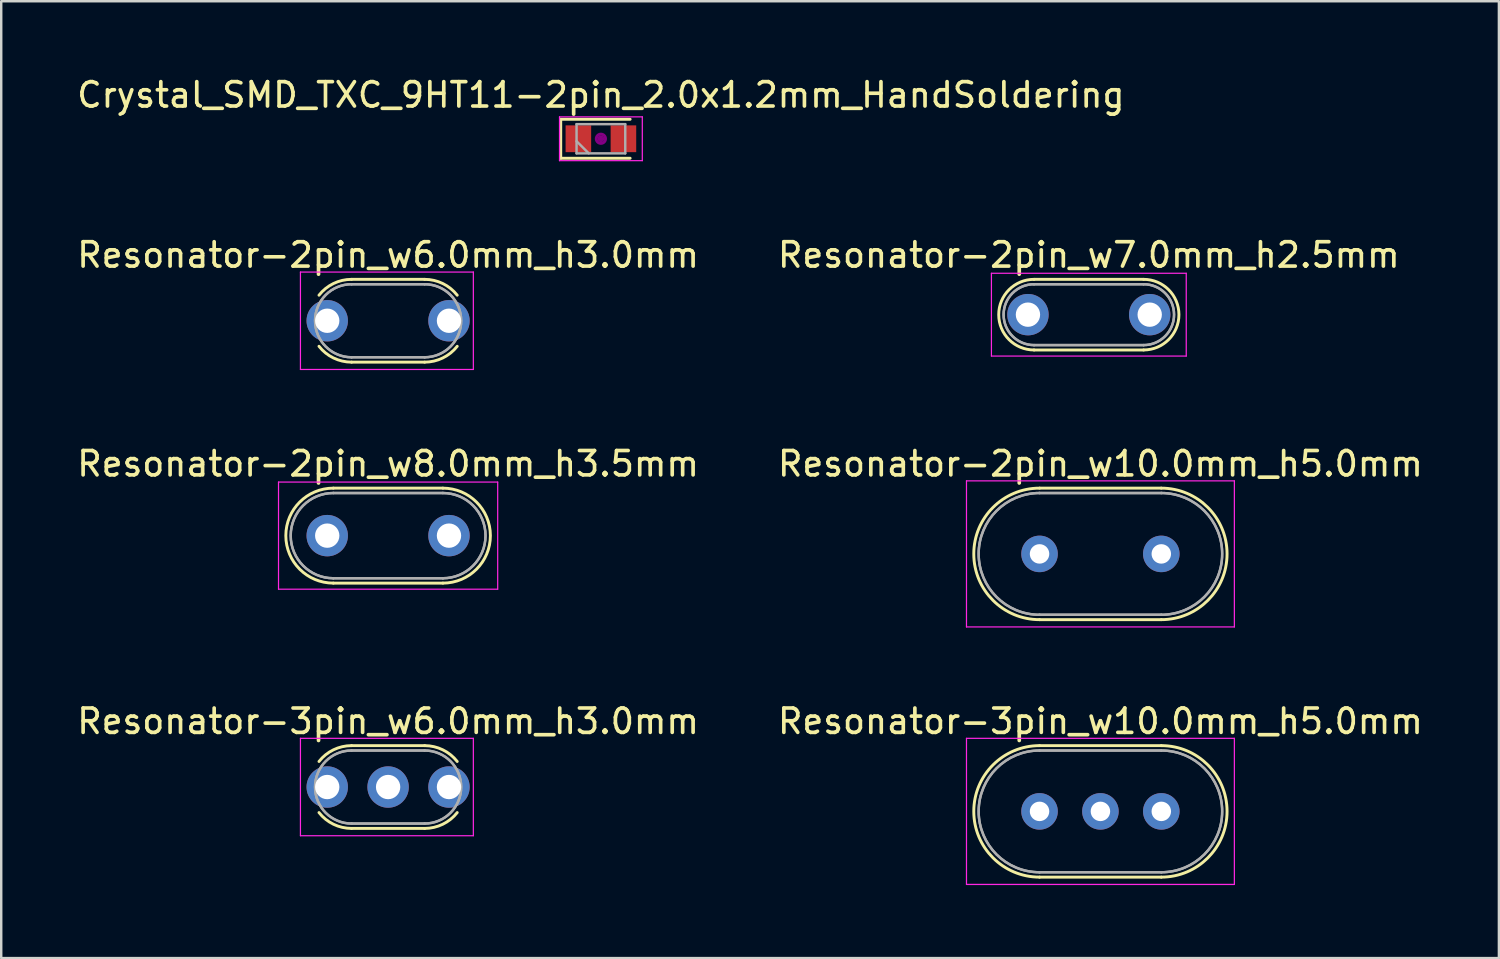
<source format=kicad_pcb>
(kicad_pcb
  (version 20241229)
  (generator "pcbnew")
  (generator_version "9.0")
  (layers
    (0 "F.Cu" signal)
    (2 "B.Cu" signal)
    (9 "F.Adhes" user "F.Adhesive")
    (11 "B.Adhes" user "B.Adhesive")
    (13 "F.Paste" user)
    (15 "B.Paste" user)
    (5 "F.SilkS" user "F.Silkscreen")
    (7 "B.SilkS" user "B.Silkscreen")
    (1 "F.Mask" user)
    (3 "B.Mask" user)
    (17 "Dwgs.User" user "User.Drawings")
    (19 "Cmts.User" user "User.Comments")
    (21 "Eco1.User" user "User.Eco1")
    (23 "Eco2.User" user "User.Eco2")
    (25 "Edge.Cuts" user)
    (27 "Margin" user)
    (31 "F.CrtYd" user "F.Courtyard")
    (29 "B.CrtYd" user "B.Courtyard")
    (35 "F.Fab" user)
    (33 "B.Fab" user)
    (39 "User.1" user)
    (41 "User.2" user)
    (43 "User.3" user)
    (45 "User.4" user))
  (footprint "Resonator-3pin_w10.0mm_h5.0mm"
    (layer "F.Cu")
    (at 39.637 30.268)
    (property "Reference" "Resonator-3pin_w10.0mm_h5.0mm" (at 2.5 -3.7 0) (layer "F.SilkS") (effects (font (size 1 1) (thickness 0.15))))
    (attr through_hole)
    (fp_line (start 0 -2.7) (end 5 -2.7) (stroke (width 0.12) (type solid)) (layer "F.SilkS"))
    (fp_line (start 0 2.7) (end 5 2.7) (stroke (width 0.12) (type solid)) (layer "F.SilkS"))
    (fp_arc (start 0 2.7) (mid -2.7 0) (end 0 -2.7) (stroke (width 0.12) (type solid)) (layer "F.SilkS"))
    (fp_arc (start 5 -2.7) (mid 7.7 0) (end 5 2.7) (stroke (width 0.12) (type solid)) (layer "F.SilkS"))
    (fp_line (start -3 -3) (end -3 3) (stroke (width 0.05) (type solid)) (layer "F.CrtYd"))
    (fp_line (start -3 3) (end 8 3) (stroke (width 0.05) (type solid)) (layer "F.CrtYd"))
    (fp_line (start 8 -3) (end -3 -3) (stroke (width 0.05) (type solid)) (layer "F.CrtYd"))
    (fp_line (start 8 3) (end 8 -3) (stroke (width 0.05) (type solid)) (layer "F.CrtYd"))
    (fp_line (start 0 -2.5) (end 5 -2.5) (stroke (width 0.1) (type solid)) (layer "F.Fab"))
    (fp_line (start 0 -2.5) (end 5 -2.5) (stroke (width 0.1) (type solid)) (layer "F.Fab"))
    (fp_line (start 0 2.5) (end 5 2.5) (stroke (width 0.1) (type solid)) (layer "F.Fab"))
    (fp_line (start 0 2.5) (end 5 2.5) (stroke (width 0.1) (type solid)) (layer "F.Fab"))
    (fp_arc (start 0 2.5) (mid -2.5 0) (end 0 -2.5) (stroke (width 0.1) (type solid)) (layer "F.Fab"))
    (fp_arc (start 0 2.5) (mid -2.5 0) (end 0 -2.5) (stroke (width 0.1) (type solid)) (layer "F.Fab"))
    (fp_arc (start 5 -2.5) (mid 7.5 0) (end 5 2.5) (stroke (width 0.1) (type solid)) (layer "F.Fab"))
    (fp_arc (start 5 -2.5) (mid 7.5 0) (end 5 2.5) (stroke (width 0.1) (type solid)) (layer "F.Fab"))
    (pad "1" thru_hole circle (at 0 0) (size 1.5 1.5) (drill 0.8) (layers "*.Cu" "*.Mask"))
    (pad "2" thru_hole circle (at 2.5 0) (size 1.5 1.5) (drill 0.8) (layers "*.Cu" "*.Mask"))
    (pad "3" thru_hole circle (at 5 0) (size 1.5 1.5) (drill 0.8) (layers "*.Cu" "*.Mask")))
  (footprint "Resonator-2pin_w8.0mm_h3.5mm"
    (layer "F.Cu")
    (at 10.387 18.945)
    (property "Reference" "Resonator-2pin_w8.0mm_h3.5mm" (at 2.5 -2.95 0) (layer "F.SilkS") (effects (font (size 1 1) (thickness 0.15))))
    (attr through_hole)
    (fp_line (start 0.25 -1.95) (end 4.75 -1.95) (stroke (width 0.12) (type solid)) (layer "F.SilkS"))
    (fp_line (start 0.25 1.95) (end 4.75 1.95) (stroke (width 0.12) (type solid)) (layer "F.SilkS"))
    (fp_arc (start 0.25 1.95) (mid -1.7 0) (end 0.25 -1.95) (stroke (width 0.12) (type solid)) (layer "F.SilkS"))
    (fp_arc (start 4.75 -1.95) (mid 6.7 0) (end 4.75 1.95) (stroke (width 0.12) (type solid)) (layer "F.SilkS"))
    (fp_line (start -2 -2.2) (end -2 2.2) (stroke (width 0.05) (type solid)) (layer "F.CrtYd"))
    (fp_line (start -2 2.2) (end 7 2.2) (stroke (width 0.05) (type solid)) (layer "F.CrtYd"))
    (fp_line (start 7 -2.2) (end -2 -2.2) (stroke (width 0.05) (type solid)) (layer "F.CrtYd"))
    (fp_line (start 7 2.2) (end 7 -2.2) (stroke (width 0.05) (type solid)) (layer "F.CrtYd"))
    (fp_line (start 0.25 -1.75) (end 4.75 -1.75) (stroke (width 0.1) (type solid)) (layer "F.Fab"))
    (fp_line (start 0.25 -1.75) (end 4.75 -1.75) (stroke (width 0.1) (type solid)) (layer "F.Fab"))
    (fp_line (start 0.25 1.75) (end 4.75 1.75) (stroke (width 0.1) (type solid)) (layer "F.Fab"))
    (fp_line (start 0.25 1.75) (end 4.75 1.75) (stroke (width 0.1) (type solid)) (layer "F.Fab"))
    (fp_arc (start 0.25 1.75) (mid -1.5 0) (end 0.25 -1.75) (stroke (width 0.1) (type solid)) (layer "F.Fab"))
    (fp_arc (start 0.25 1.75) (mid -1.5 0) (end 0.25 -1.75) (stroke (width 0.1) (type solid)) (layer "F.Fab"))
    (fp_arc (start 4.75 -1.75) (mid 6.5 0) (end 4.75 1.75) (stroke (width 0.1) (type solid)) (layer "F.Fab"))
    (fp_arc (start 4.75 -1.75) (mid 6.5 0) (end 4.75 1.75) (stroke (width 0.1) (type solid)) (layer "F.Fab"))
    (pad "1" thru_hole circle (at 0 0) (size 1.7 1.7) (drill 1) (layers "*.Cu" "*.Mask"))
    (pad "2" thru_hole circle (at 5 0) (size 1.7 1.7) (drill 1) (layers "*.Cu" "*.Mask")))
  (footprint "Resonator-2pin_w6.0mm_h3.0mm"
    (layer "F.Cu")
    (at 10.387 10.121)
    (property "Reference" "Resonator-2pin_w6.0mm_h3.0mm" (at 2.5 -2.7 0) (layer "F.SilkS") (effects (font (size 1 1) (thickness 0.15))))
    (attr through_hole)
    (fp_line (start 1 -1.7) (end 4 -1.7) (stroke (width 0.12) (type solid)) (layer "F.SilkS"))
    (fp_line (start 1 1.7) (end 4 1.7) (stroke (width 0.12) (type solid)) (layer "F.SilkS"))
    (fp_arc (start -0.33779 -1.048961) (mid 0.256102 -1.5286) (end 1 -1.7) (stroke (width 0.12) (type solid)) (layer "F.SilkS"))
    (fp_arc (start 1 1.7) (mid 0.256103 1.5286) (end -0.33779 1.048961) (stroke (width 0.12) (type solid)) (layer "F.SilkS"))
    (fp_arc (start 4 -1.7) (mid 4.743897 -1.5286) (end 5.33779 -1.048961) (stroke (width 0.12) (type solid)) (layer "F.SilkS"))
    (fp_arc (start 5.33779 1.048961) (mid 4.743898 1.5286) (end 4 1.7) (stroke (width 0.12) (type solid)) (layer "F.SilkS"))
    (fp_line (start -1.1 -2) (end -1.1 2) (stroke (width 0.05) (type solid)) (layer "F.CrtYd"))
    (fp_line (start -1.1 2) (end 6 2) (stroke (width 0.05) (type solid)) (layer "F.CrtYd"))
    (fp_line (start 6 -2) (end -1.1 -2) (stroke (width 0.05) (type solid)) (layer "F.CrtYd"))
    (fp_line (start 6 2) (end 6 -2) (stroke (width 0.05) (type solid)) (layer "F.CrtYd"))
    (fp_line (start 1 -1.5) (end 4 -1.5) (stroke (width 0.1) (type solid)) (layer "F.Fab"))
    (fp_line (start 1 -1.5) (end 4 -1.5) (stroke (width 0.1) (type solid)) (layer "F.Fab"))
    (fp_line (start 1 1.5) (end 4 1.5) (stroke (width 0.1) (type solid)) (layer "F.Fab"))
    (fp_line (start 1 1.5) (end 4 1.5) (stroke (width 0.1) (type solid)) (layer "F.Fab"))
    (fp_arc (start 1 1.5) (mid -0.5 0) (end 1 -1.5) (stroke (width 0.1) (type solid)) (layer "F.Fab"))
    (fp_arc (start 1 1.5) (mid -0.5 0) (end 1 -1.5) (stroke (width 0.1) (type solid)) (layer "F.Fab"))
    (fp_arc (start 4 -1.5) (mid 5.5 0) (end 4 1.5) (stroke (width 0.1) (type solid)) (layer "F.Fab"))
    (fp_arc (start 4 -1.5) (mid 5.5 0) (end 4 1.5) (stroke (width 0.1) (type solid)) (layer "F.Fab"))
    (pad "1" thru_hole circle (at 0 0) (size 1.7 1.7) (drill 1) (layers "*.Cu" "*.Mask"))
    (pad "2" thru_hole circle (at 5 0) (size 1.7 1.7) (drill 1) (layers "*.Cu" "*.Mask")))
  (footprint "Resonator-3pin_w6.0mm_h3.0mm"
    (layer "F.Cu")
    (at 10.387 29.268)
    (property "Reference" "Resonator-3pin_w6.0mm_h3.0mm" (at 2.5 -2.7 0) (layer "F.SilkS") (effects (font (size 1 1) (thickness 0.15))))
    (attr through_hole)
    (fp_line (start 1 -1.7) (end 4 -1.7) (stroke (width 0.12) (type solid)) (layer "F.SilkS"))
    (fp_line (start 1 1.7) (end 4 1.7) (stroke (width 0.12) (type solid)) (layer "F.SilkS"))
    (fp_arc (start -0.33779 -1.048961) (mid 0.256102 -1.5286) (end 1 -1.7) (stroke (width 0.12) (type solid)) (layer "F.SilkS"))
    (fp_arc (start 1 1.7) (mid 0.256103 1.5286) (end -0.33779 1.048961) (stroke (width 0.12) (type solid)) (layer "F.SilkS"))
    (fp_arc (start 4 -1.7) (mid 4.743897 -1.5286) (end 5.33779 -1.048961) (stroke (width 0.12) (type solid)) (layer "F.SilkS"))
    (fp_arc (start 5.33779 1.048961) (mid 4.743898 1.5286) (end 4 1.7) (stroke (width 0.12) (type solid)) (layer "F.SilkS"))
    (fp_line (start -1.1 -2) (end -1.1 2) (stroke (width 0.05) (type solid)) (layer "F.CrtYd"))
    (fp_line (start -1.1 2) (end 6 2) (stroke (width 0.05) (type solid)) (layer "F.CrtYd"))
    (fp_line (start 6 -2) (end -1.1 -2) (stroke (width 0.05) (type solid)) (layer "F.CrtYd"))
    (fp_line (start 6 2) (end 6 -2) (stroke (width 0.05) (type solid)) (layer "F.CrtYd"))
    (fp_line (start 1 -1.5) (end 4 -1.5) (stroke (width 0.1) (type solid)) (layer "F.Fab"))
    (fp_line (start 1 -1.5) (end 4 -1.5) (stroke (width 0.1) (type solid)) (layer "F.Fab"))
    (fp_line (start 1 1.5) (end 4 1.5) (stroke (width 0.1) (type solid)) (layer "F.Fab"))
    (fp_line (start 1 1.5) (end 4 1.5) (stroke (width 0.1) (type solid)) (layer "F.Fab"))
    (fp_arc (start 1 1.5) (mid -0.5 0) (end 1 -1.5) (stroke (width 0.1) (type solid)) (layer "F.Fab"))
    (fp_arc (start 1 1.5) (mid -0.5 0) (end 1 -1.5) (stroke (width 0.1) (type solid)) (layer "F.Fab"))
    (fp_arc (start 4 -1.5) (mid 5.5 0) (end 4 1.5) (stroke (width 0.1) (type solid)) (layer "F.Fab"))
    (fp_arc (start 4 -1.5) (mid 5.5 0) (end 4 1.5) (stroke (width 0.1) (type solid)) (layer "F.Fab"))
    (pad "1" thru_hole circle (at 0 0) (size 1.7 1.7) (drill 1) (layers "*.Cu" "*.Mask"))
    (pad "2" thru_hole circle (at 2.5 0) (size 1.7 1.7) (drill 1) (layers "*.Cu" "*.Mask"))
    (pad "3" thru_hole circle (at 5 0) (size 1.7 1.7) (drill 1) (layers "*.Cu" "*.Mask")))
  (footprint "Crystal_SMD_TXC_9HT11-2pin_2.0x1.2mm_HandSoldering"
    (layer "F.Cu")
    (at 21.625 2.648)
    (property "Reference" "Crystal_SMD_TXC_9HT11-2pin_2.0x1.2mm_HandSoldering" (at 0 -1.8 0) (layer "F.SilkS") (effects (font (size 1 1) (thickness 0.15))))
    (attr smd)
    (fp_line (start -1.65 -0.8) (end -1.65 0.8) (stroke (width 0.12) (type solid)) (layer "F.SilkS"))
    (fp_line (start -1.65 0.8) (end 1.2 0.8) (stroke (width 0.12) (type solid)) (layer "F.SilkS"))
    (fp_line (start 1.2 -0.8) (end -1.65 -0.8) (stroke (width 0.12) (type solid)) (layer "F.SilkS"))
    (fp_circle (center 0 0) (end 0.047 0) (stroke (width 0.093) (type solid)) (fill no) (layer "F.Adhes"))
    (fp_circle (center 0 0) (end 0.107 0) (stroke (width 0.067) (type solid)) (fill no) (layer "F.Adhes"))
    (fp_circle (center 0 0) (end 0.167 0) (stroke (width 0.067) (type solid)) (fill no) (layer "F.Adhes"))
    (fp_circle (center 0 0) (end 0.2 0) (stroke (width 0.1) (type solid)) (fill no) (layer "F.Adhes"))
    (fp_line (start -1.7 -0.9) (end -1.7 0.9) (stroke (width 0.05) (type solid)) (layer "F.CrtYd"))
    (fp_line (start -1.7 0.9) (end 1.7 0.9) (stroke (width 0.05) (type solid)) (layer "F.CrtYd"))
    (fp_line (start 1.7 -0.9) (end -1.7 -0.9) (stroke (width 0.05) (type solid)) (layer "F.CrtYd"))
    (fp_line (start 1.7 0.9) (end 1.7 -0.9) (stroke (width 0.05) (type solid)) (layer "F.CrtYd"))
    (fp_line (start -1 -0.6) (end -1 0.6) (stroke (width 0.1) (type solid)) (layer "F.Fab"))
    (fp_line (start -1 0.1) (end -0.5 0.6) (stroke (width 0.1) (type solid)) (layer "F.Fab"))
    (fp_line (start -1 0.6) (end 1 0.6) (stroke (width 0.1) (type solid)) (layer "F.Fab"))
    (fp_line (start 1 -0.6) (end -1 -0.6) (stroke (width 0.1) (type solid)) (layer "F.Fab"))
    (fp_line (start 1 0.6) (end 1 -0.6) (stroke (width 0.1) (type solid)) (layer "F.Fab"))
    (pad "1" smd rect (at -0.925 0) (size 1.05 1.1) (layers "F.Cu" "F.Mask"))
    (pad "2" smd rect (at 0.925 0) (size 1.05 1.1) (layers "F.Cu" "F.Mask")))
  (footprint "Resonator-2pin_w10.0mm_h5.0mm"
    (layer "F.Cu")
    (at 39.637 19.695)
    (property "Reference" "Resonator-2pin_w10.0mm_h5.0mm" (at 2.5 -3.7 0) (layer "F.SilkS") (effects (font (size 1 1) (thickness 0.15))))
    (attr through_hole)
    (fp_line (start 0 -2.7) (end 5 -2.7) (stroke (width 0.12) (type solid)) (layer "F.SilkS"))
    (fp_line (start 0 2.7) (end 5 2.7) (stroke (width 0.12) (type solid)) (layer "F.SilkS"))
    (fp_arc (start 0 2.7) (mid -2.7 0) (end 0 -2.7) (stroke (width 0.12) (type solid)) (layer "F.SilkS"))
    (fp_arc (start 5 -2.7) (mid 7.7 0) (end 5 2.7) (stroke (width 0.12) (type solid)) (layer "F.SilkS"))
    (fp_line (start -3 -3) (end -3 3) (stroke (width 0.05) (type solid)) (layer "F.CrtYd"))
    (fp_line (start -3 3) (end 8 3) (stroke (width 0.05) (type solid)) (layer "F.CrtYd"))
    (fp_line (start 8 -3) (end -3 -3) (stroke (width 0.05) (type solid)) (layer "F.CrtYd"))
    (fp_line (start 8 3) (end 8 -3) (stroke (width 0.05) (type solid)) (layer "F.CrtYd"))
    (fp_line (start 0 -2.5) (end 5 -2.5) (stroke (width 0.1) (type solid)) (layer "F.Fab"))
    (fp_line (start 0 -2.5) (end 5 -2.5) (stroke (width 0.1) (type solid)) (layer "F.Fab"))
    (fp_line (start 0 2.5) (end 5 2.5) (stroke (width 0.1) (type solid)) (layer "F.Fab"))
    (fp_line (start 0 2.5) (end 5 2.5) (stroke (width 0.1) (type solid)) (layer "F.Fab"))
    (fp_arc (start 0 2.5) (mid -2.5 0) (end 0 -2.5) (stroke (width 0.1) (type solid)) (layer "F.Fab"))
    (fp_arc (start 0 2.5) (mid -2.5 0) (end 0 -2.5) (stroke (width 0.1) (type solid)) (layer "F.Fab"))
    (fp_arc (start 5 -2.5) (mid 7.5 0) (end 5 2.5) (stroke (width 0.1) (type solid)) (layer "F.Fab"))
    (fp_arc (start 5 -2.5) (mid 7.5 0) (end 5 2.5) (stroke (width 0.1) (type solid)) (layer "F.Fab"))
    (pad "1" thru_hole circle (at 0 0) (size 1.5 1.5) (drill 0.8) (layers "*.Cu" "*.Mask"))
    (pad "2" thru_hole circle (at 5 0) (size 1.5 1.5) (drill 0.8) (layers "*.Cu" "*.Mask")))
  (footprint "Resonator-2pin_w7.0mm_h2.5mm"
    (layer "F.Cu")
    (at 39.161 9.871)
    (property "Reference" "Resonator-2pin_w7.0mm_h2.5mm" (at 2.5 -2.45 0) (layer "F.SilkS") (effects (font (size 1 1) (thickness 0.15))))
    (attr through_hole)
    (fp_line (start 0.25 -1.45) (end 4.75 -1.45) (stroke (width 0.12) (type solid)) (layer "F.SilkS"))
    (fp_line (start 0.25 1.45) (end 4.75 1.45) (stroke (width 0.12) (type solid)) (layer "F.SilkS"))
    (fp_arc (start 0.25 1.45) (mid -1.2 0) (end 0.25 -1.45) (stroke (width 0.12) (type solid)) (layer "F.SilkS"))
    (fp_arc (start 4.75 -1.45) (mid 6.2 0) (end 4.75 1.45) (stroke (width 0.12) (type solid)) (layer "F.SilkS"))
    (fp_line (start -1.5 -1.7) (end -1.5 1.7) (stroke (width 0.05) (type solid)) (layer "F.CrtYd"))
    (fp_line (start -1.5 1.7) (end 6.5 1.7) (stroke (width 0.05) (type solid)) (layer "F.CrtYd"))
    (fp_line (start 6.5 -1.7) (end -1.5 -1.7) (stroke (width 0.05) (type solid)) (layer "F.CrtYd"))
    (fp_line (start 6.5 1.7) (end 6.5 -1.7) (stroke (width 0.05) (type solid)) (layer "F.CrtYd"))
    (fp_line (start 0.25 -1.25) (end 4.75 -1.25) (stroke (width 0.1) (type solid)) (layer "F.Fab"))
    (fp_line (start 0.25 -1.25) (end 4.75 -1.25) (stroke (width 0.1) (type solid)) (layer "F.Fab"))
    (fp_line (start 0.25 1.25) (end 4.75 1.25) (stroke (width 0.1) (type solid)) (layer "F.Fab"))
    (fp_line (start 0.25 1.25) (end 4.75 1.25) (stroke (width 0.1) (type solid)) (layer "F.Fab"))
    (fp_arc (start 0.25 1.25) (mid -1 0) (end 0.25 -1.25) (stroke (width 0.1) (type solid)) (layer "F.Fab"))
    (fp_arc (start 0.25 1.25) (mid -1 0) (end 0.25 -1.25) (stroke (width 0.1) (type solid)) (layer "F.Fab"))
    (fp_arc (start 4.75 -1.25) (mid 6 0) (end 4.75 1.25) (stroke (width 0.1) (type solid)) (layer "F.Fab"))
    (fp_arc (start 4.75 -1.25) (mid 6 0) (end 4.75 1.25) (stroke (width 0.1) (type solid)) (layer "F.Fab"))
    (pad "1" thru_hole circle (at 0 0) (size 1.7 1.7) (drill 1) (layers "*.Cu" "*.Mask"))
    (pad "2" thru_hole circle (at 5 0) (size 1.7 1.7) (drill 1) (layers "*.Cu" "*.Mask")))
  (gr_rect
    (start -3 -3)
    (end 58.5 36.293)
    (stroke (width 0.1) (type default))
    (fill no)
    (layer "Edge.Cuts")))
</source>
